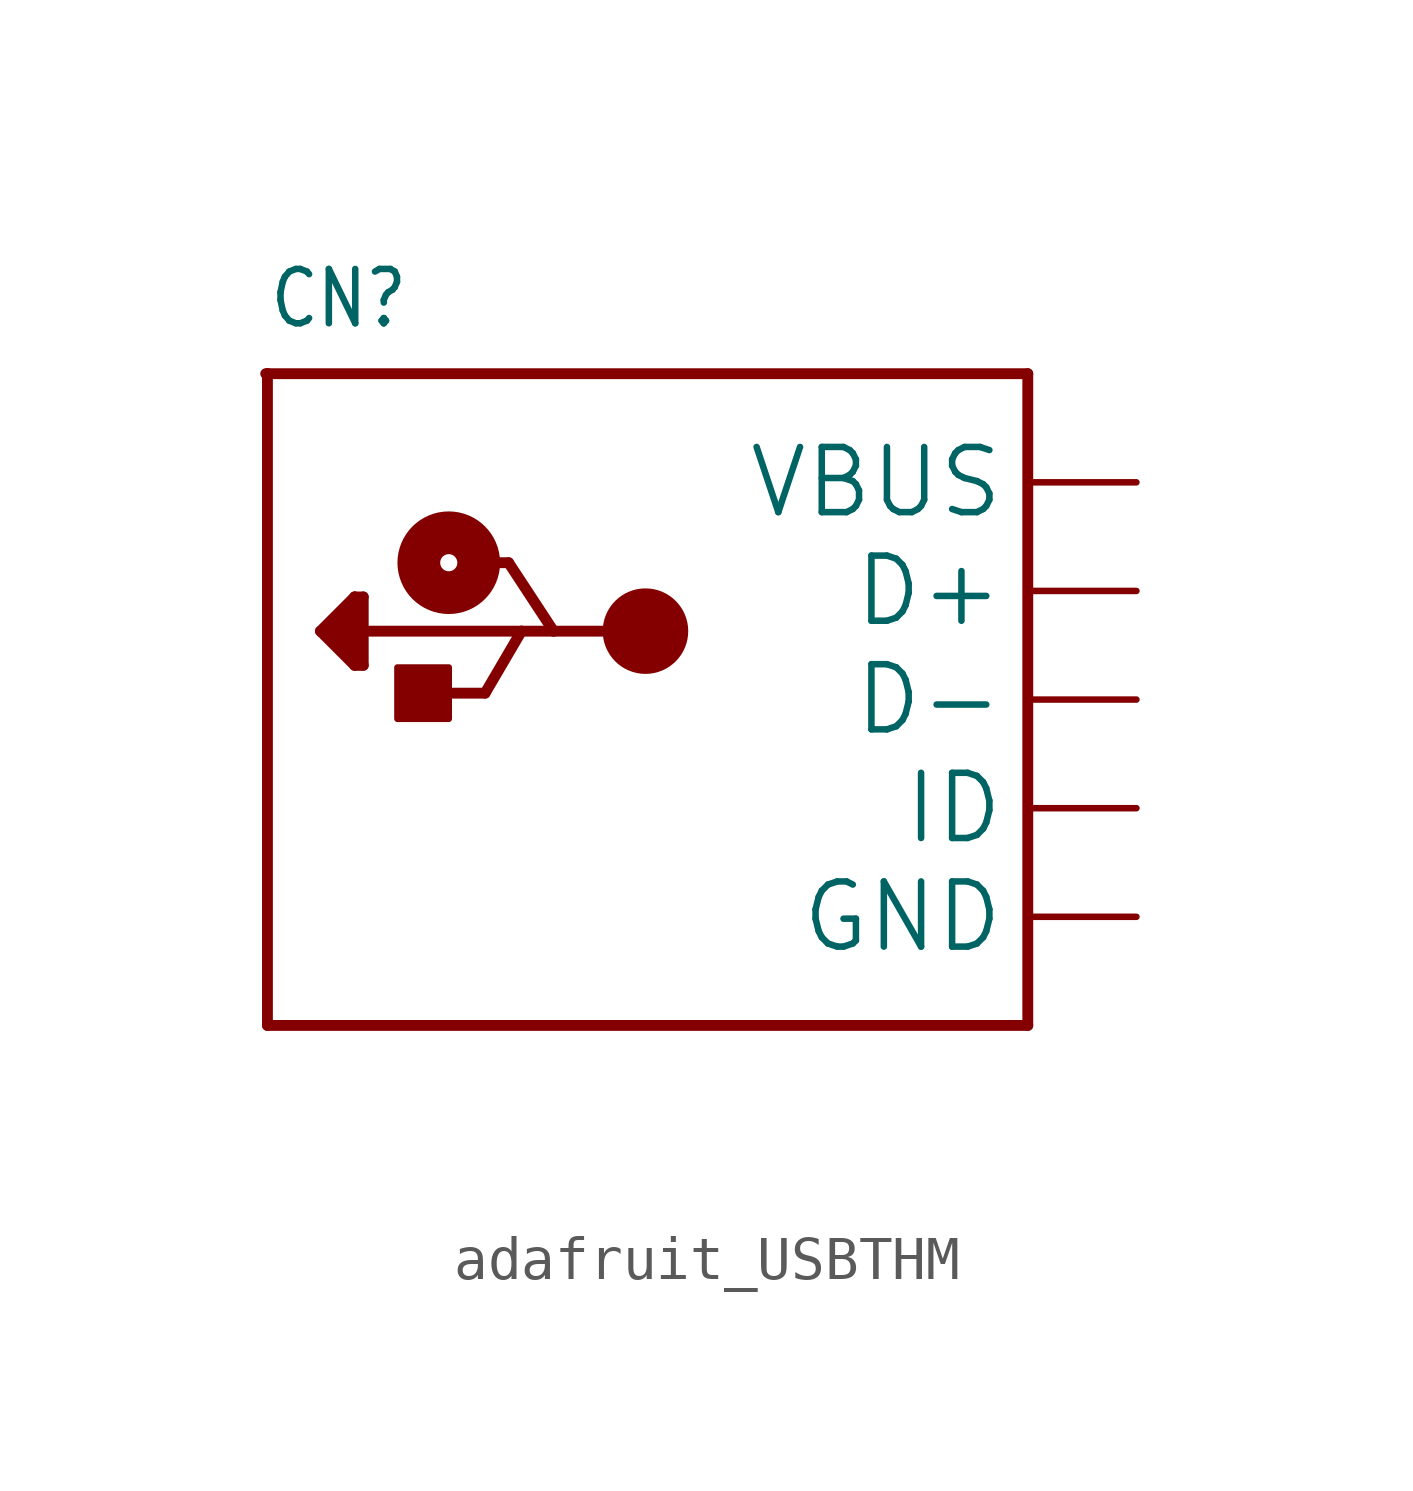
<source format=kicad_sym>
(kicad_symbol_lib
  (version 20241209)
  (generator "kicad_symbol_editor")
  (generator_version "9.0")
  (symbol "adafruit_USBTHM"
    (property "Reference" "CN"
      (at -10.16 8.636 0)
      (effects (font (size 1.27 1.079)) (justify left bottom)))
    (property "Value" ""
      (at -10.16 -10.16 0)
      (effects (font (size 1.27 1.079)) (justify left bottom)))
    (property "ki_locked" ""
      (at 0 0 0)
      (effects (font (size 1.27 1.27))))
    (symbol "adafruit_USBTHM_1_0"
      (polyline (pts (xy -10.2 7.62) (xy -10.16 7.62)) (stroke (width 0.254) (type solid)) (fill (type none)))
      (polyline (pts (xy -10.16 7.62) (xy -10.16 -7.62)) (stroke (width 0.254) (type solid)) (fill (type none)))
      (polyline (pts (xy -10.16 7.62) (xy 7.62 7.62)) (stroke (width 0.254) (type solid)) (fill (type none)))
      (polyline (pts (xy -10.16 -7.62) (xy 7.62 -7.62)) (stroke (width 0.254) (type solid)) (fill (type none)))
      (polyline (pts (xy -8.92 1.6) (xy -8.12 2.4)) (stroke (width 0.254) (type solid)) (fill (type none)))
      (polyline (pts (xy -8.52 1.6) (xy -8.52 1.4)) (stroke (width 0.254) (type solid)) (fill (type none)))
      (polyline (pts (xy -8.52 1.4) (xy -8.32 1.2)) (stroke (width 0.254) (type solid)) (fill (type none)))
      (polyline (pts (xy -8.32 2) (xy -8.72 1.6)) (stroke (width 0.254) (type solid)) (fill (type none)))
      (polyline (pts (xy -8.32 1.2) (xy -8.32 2)) (stroke (width 0.254) (type solid)) (fill (type none)))
      (polyline (pts (xy -8.12 2.4) (xy -7.92 2.4)) (stroke (width 0.254) (type solid)) (fill (type none)))
      (polyline (pts (xy -8.12 1) (xy -8.12 2.4)) (stroke (width 0.254) (type solid)) (fill (type none)))
      (polyline (pts (xy -8.12 0.8) (xy -8.92 1.6)) (stroke (width 0.254) (type solid)) (fill (type none)))
      (polyline (pts (xy -7.92 2.4) (xy -7.92 1.6)) (stroke (width 0.254) (type solid)) (fill (type none)))
      (polyline (pts (xy -7.92 1.6) (xy -7.92 0.8)) (stroke (width 0.254) (type solid)) (fill (type none)))
      (polyline (pts (xy -7.92 0.8) (xy -8.12 0.8)) (stroke (width 0.254) (type solid)) (fill (type none)))
      (rectangle (start -7.12 -0.45) (end -5.92 0.75) (stroke (width 0) (type default)) (fill (type outline)))
      (polyline (pts (xy -6.27 0.15) (xy -5.07 0.15)) (stroke (width 0.254) (type solid)) (fill (type none)))
      (circle (center -5.92 3.2) (radius 0.2) (stroke (width 1) (type solid)) (fill (type none)))
      (polyline (pts (xy -5.52 3.2) (xy -4.52 3.2)) (stroke (width 0.254) (type solid)) (fill (type none)))
      (polyline (pts (xy -5.07 0.15) (xy -4.22 1.6)) (stroke (width 0.254) (type solid)) (fill (type none)))
      (polyline (pts (xy -4.52 3.2) (xy -3.47 1.6)) (stroke (width 0.254) (type solid)) (fill (type none)))
      (polyline (pts (xy -4.22 1.6) (xy -7.92 1.6)) (stroke (width 0.254) (type solid)) (fill (type none)))
      (polyline (pts (xy -3.47 1.6) (xy -4.22 1.6)) (stroke (width 0.254) (type solid)) (fill (type none)))
      (circle (center -1.32 1.6) (radius 0.5) (stroke (width 1) (type solid)) (fill (type none)))
      (polyline (pts (xy -1.32 1.6) (xy -3.47 1.6)) (stroke (width 0.254) (type solid)) (fill (type none)))
      (polyline (pts (xy 7.62 7.62) (xy 7.62 -7.62)) (stroke (width 0.254) (type solid)) (fill (type none)))
      (pin power_in line (at 10.16 5.08 180) (length 2.54) (name "VBUS" (effects (font (size 1.524 1.524)))) (number "VBUS" (effects (font (size 0 0)))))
      (pin bidirectional line (at 10.16 2.54 180) (length 2.54) (name "D+" (effects (font (size 1.524 1.524)))) (number "D+" (effects (font (size 0 0)))))
      (pin bidirectional line (at 10.16 0 180) (length 2.54) (name "D-" (effects (font (size 1.524 1.524)))) (number "D-" (effects (font (size 0 0)))))
      (pin bidirectional line (at 10.16 -2.54 180) (length 2.54) (name "ID" (effects (font (size 1.524 1.524)))) (number "ID" (effects (font (size 0 0)))))
      (pin power_in line (at 10.16 -5.08 180) (length 2.54) (name "GND" (effects (font (size 1.524 1.524)))) (number "GND" (effects (font (size 0 0))))))))
</source>
